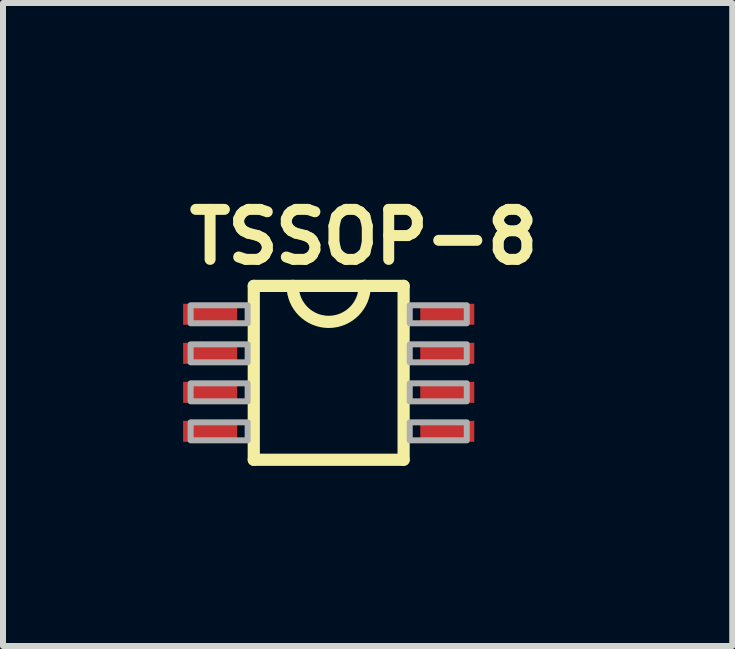
<source format=kicad_pcb>
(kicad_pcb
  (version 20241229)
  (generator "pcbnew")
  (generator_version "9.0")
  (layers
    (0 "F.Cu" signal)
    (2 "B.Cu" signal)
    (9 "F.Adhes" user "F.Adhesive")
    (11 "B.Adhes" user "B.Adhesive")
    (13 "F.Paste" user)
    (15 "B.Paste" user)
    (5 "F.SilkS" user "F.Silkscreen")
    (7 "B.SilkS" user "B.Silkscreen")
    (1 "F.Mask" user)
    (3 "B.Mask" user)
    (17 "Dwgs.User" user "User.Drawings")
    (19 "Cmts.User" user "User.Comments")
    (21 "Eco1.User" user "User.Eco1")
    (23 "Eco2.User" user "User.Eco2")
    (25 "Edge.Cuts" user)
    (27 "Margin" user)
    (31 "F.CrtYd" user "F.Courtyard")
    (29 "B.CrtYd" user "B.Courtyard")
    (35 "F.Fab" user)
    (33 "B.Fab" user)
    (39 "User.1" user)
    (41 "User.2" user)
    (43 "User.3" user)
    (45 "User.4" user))
  (footprint "TSSOP-8"
    (layer "F.Cu")
    (at 2.425 3.16)
    (property "Reference" "TSSOP-8" (at -2.413 -1.778 0) (unlocked yes) (layer "F.SilkS") (effects (font (size 0.833 0.833) (thickness 0.183)) (justify left bottom)))
    (fp_line (start -1.248 -1.448) (end -1.248 1.448) (stroke (width 0.203) (type solid)) (layer "F.SilkS"))
    (fp_line (start -1.248 1.448) (end 1.248 1.448) (stroke (width 0.203) (type solid)) (layer "F.SilkS"))
    (fp_line (start 1.248 -1.448) (end -1.248 -1.448) (stroke (width 0.203) (type solid)) (layer "F.SilkS"))
    (fp_line (start 1.248 1.448) (end 1.248 -1.448) (stroke (width 0.203) (type solid)) (layer "F.SilkS"))
    (fp_arc (start 0.6 -1.4484) (mid 0 -0.8484) (end -0.6 -1.4484) (stroke (width 0.2032) (type solid)) (layer "F.SilkS"))
    (fp_poly (pts (xy -2.3 -0.825) (xy -1.35 -0.825) (xy -1.35 -1.125) (xy -2.3 -1.125)) (stroke (width 0.1) (type default)) (fill no) (layer "F.Fab"))
    (fp_poly (pts (xy -2.3 -0.175) (xy -1.35 -0.175) (xy -1.35 -0.475) (xy -2.3 -0.475)) (stroke (width 0.1) (type default)) (fill no) (layer "F.Fab"))
    (fp_poly (pts (xy -2.3 0.475) (xy -1.35 0.475) (xy -1.35 0.175) (xy -2.3 0.175)) (stroke (width 0.1) (type default)) (fill no) (layer "F.Fab"))
    (fp_poly (pts (xy -2.3 1.125) (xy -1.35 1.125) (xy -1.35 0.825) (xy -2.3 0.825)) (stroke (width 0.1) (type default)) (fill no) (layer "F.Fab"))
    (fp_poly (pts (xy 1.35 -0.825) (xy 2.3 -0.825) (xy 2.3 -1.125) (xy 1.35 -1.125)) (stroke (width 0.1) (type default)) (fill no) (layer "F.Fab"))
    (fp_poly (pts (xy 2.3 -0.475) (xy 1.35 -0.475) (xy 1.35 -0.175) (xy 2.3 -0.175)) (stroke (width 0.1) (type default)) (fill no) (layer "F.Fab"))
    (fp_poly (pts (xy 2.3 0.175) (xy 1.35 0.175) (xy 1.35 0.475) (xy 2.3 0.475)) (stroke (width 0.1) (type default)) (fill no) (layer "F.Fab"))
    (fp_poly (pts (xy 2.3 0.825) (xy 1.35 0.825) (xy 1.35 1.125) (xy 2.3 1.125)) (stroke (width 0.1) (type default)) (fill no) (layer "F.Fab"))
    (pad "1" smd rect (at -1.975 -0.975) (size 0.9 0.35) (layers "F.Cu" "F.Mask" "F.Paste"))
    (pad "2" smd rect (at -1.975 -0.325) (size 0.9 0.35) (layers "F.Cu" "F.Mask" "F.Paste"))
    (pad "3" smd rect (at -1.975 0.325) (size 0.9 0.35) (layers "F.Cu" "F.Mask" "F.Paste"))
    (pad "4" smd rect (at -1.975 0.975) (size 0.9 0.35) (layers "F.Cu" "F.Mask" "F.Paste"))
    (pad "5" smd rect (at 1.975 0.975 180) (size 0.9 0.35) (layers "F.Cu" "F.Mask" "F.Paste"))
    (pad "6" smd rect (at 1.975 0.325 180) (size 0.9 0.35) (layers "F.Cu" "F.Mask" "F.Paste"))
    (pad "7" smd rect (at 1.975 -0.325 180) (size 0.9 0.35) (layers "F.Cu" "F.Mask" "F.Paste"))
    (pad "8" smd rect (at 1.975 -0.975 180) (size 0.9 0.35) (layers "F.Cu" "F.Mask" "F.Paste")))
  (gr_rect
    (start -3 -3)
    (end 9.147 7.71)
    (stroke (width 0.1) (type default))
    (fill no)
    (layer "Edge.Cuts")))
</source>
